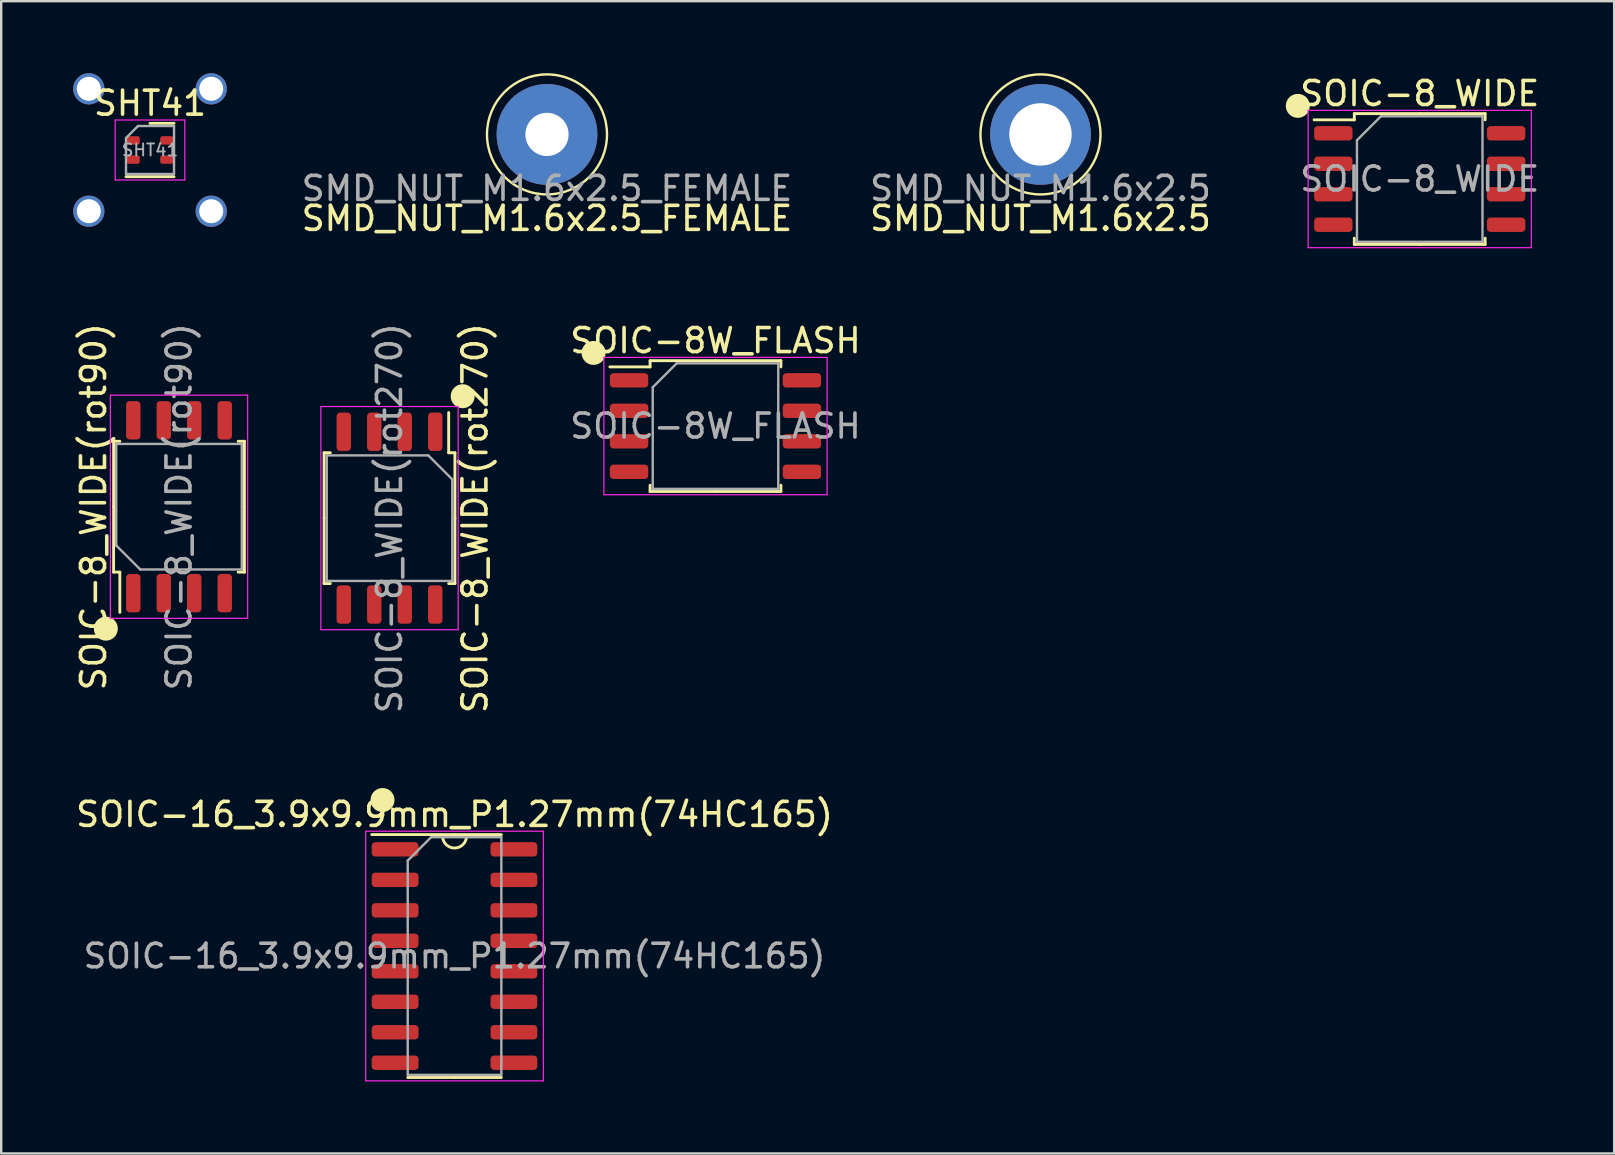
<source format=kicad_pcb>
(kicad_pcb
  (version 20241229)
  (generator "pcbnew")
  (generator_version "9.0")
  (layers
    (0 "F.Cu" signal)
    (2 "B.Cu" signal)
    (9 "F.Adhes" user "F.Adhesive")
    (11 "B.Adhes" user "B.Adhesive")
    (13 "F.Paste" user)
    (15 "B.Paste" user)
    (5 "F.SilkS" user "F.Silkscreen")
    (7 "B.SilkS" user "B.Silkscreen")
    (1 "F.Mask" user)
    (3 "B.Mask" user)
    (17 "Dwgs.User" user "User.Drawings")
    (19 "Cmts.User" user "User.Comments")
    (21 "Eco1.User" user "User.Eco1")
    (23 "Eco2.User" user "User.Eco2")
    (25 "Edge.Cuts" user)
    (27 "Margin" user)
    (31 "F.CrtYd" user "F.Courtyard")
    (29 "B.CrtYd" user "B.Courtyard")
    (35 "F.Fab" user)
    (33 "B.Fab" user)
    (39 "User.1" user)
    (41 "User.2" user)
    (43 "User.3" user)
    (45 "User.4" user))
  (footprint "SMD_NUT_M1.6x2.5_FEMALE"
    (layer "F.Cu")
    (at 19.739 2.55)
    (property "Reference" "SMD_NUT_M1.6x2.5_FEMALE" (at 0 3.5 0) (layer "F.SilkS") (effects (font (size 1 1) (thickness 0.15))))
    (attr through_hole)
    (fp_circle (center 0 0) (end 2.5 0) (stroke (width 0.1) (type default)) (fill no) (layer "F.SilkS"))
    (fp_text user "${REFERENCE}" (at 0 2.25 0) (layer "F.Fab") (effects (font (size 1 1) (thickness 0.15))))
    (pad "1" thru_hole circle (at 0 0 180) (size 4.2 4.2) (drill 1.8) (layers "*.Cu" "*.Mask")))
  (footprint "SMD_NUT_M1.6x2.5"
    (layer "F.Cu")
    (at 40.299 2.55)
    (property "Reference" "SMD_NUT_M1.6x2.5" (at 0 3.5 0) (layer "F.SilkS") (effects (font (size 1 1) (thickness 0.15))))
    (attr through_hole)
    (fp_circle (center 0 0) (end 2.5 0) (stroke (width 0.1) (type default)) (fill no) (layer "F.SilkS"))
    (fp_text user "${REFERENCE}" (at 0 2.25 0) (layer "F.Fab") (effects (font (size 1 1) (thickness 0.15))))
    (pad "1" thru_hole circle (at 0 0 180) (size 4.2 4.2) (drill 2.6) (layers "*.Cu" "*.Mask")))
  (footprint "SOIC-16_3.9x9.9mm_P1.27mm(74HC165)"
    (layer "F.Cu")
    (at 15.887 36.781)
    (property "Reference" "SOIC-16_3.9x9.9mm_P1.27mm(74HC165)" (at 0 -5.9 0) (layer "F.SilkS") (effects (font (size 1 1) (thickness 0.15))))
    (attr smd)
    (fp_line (start 0 -5.06) (end -3.45 -5.06) (stroke (width 0.12) (type solid)) (layer "F.SilkS"))
    (fp_line (start 0 -5.06) (end 1.95 -5.06) (stroke (width 0.12) (type solid)) (layer "F.SilkS"))
    (fp_line (start 0 5.06) (end -1.95 5.06) (stroke (width 0.12) (type solid)) (layer "F.SilkS"))
    (fp_line (start 0 5.06) (end 1.95 5.06) (stroke (width 0.12) (type solid)) (layer "F.SilkS"))
    (fp_arc (start 0.5 -5) (mid 0 -4.5) (end -0.5 -5) (stroke (width 0.12) (type solid)) (layer "F.SilkS"))
    (fp_circle (center -3 -6.5) (end -2.75 -6.5) (stroke (width 0.5) (type solid)) (fill no) (layer "F.SilkS"))
    (fp_line (start -3.7 -5.2) (end -3.7 5.2) (stroke (width 0.05) (type solid)) (layer "F.CrtYd"))
    (fp_line (start -3.7 5.2) (end 3.7 5.2) (stroke (width 0.05) (type solid)) (layer "F.CrtYd"))
    (fp_line (start 3.7 -5.2) (end -3.7 -5.2) (stroke (width 0.05) (type solid)) (layer "F.CrtYd"))
    (fp_line (start 3.7 5.2) (end 3.7 -5.2) (stroke (width 0.05) (type solid)) (layer "F.CrtYd"))
    (fp_line (start -1.95 -3.975) (end -0.975 -4.95) (stroke (width 0.1) (type solid)) (layer "F.Fab"))
    (fp_line (start -1.95 4.95) (end -1.95 -3.975) (stroke (width 0.1) (type solid)) (layer "F.Fab"))
    (fp_line (start -0.975 -4.95) (end 1.95 -4.95) (stroke (width 0.1) (type solid)) (layer "F.Fab"))
    (fp_line (start 1.95 -4.95) (end 1.95 4.95) (stroke (width 0.1) (type solid)) (layer "F.Fab"))
    (fp_line (start 1.95 4.95) (end -1.95 4.95) (stroke (width 0.1) (type solid)) (layer "F.Fab"))
    (fp_text user "${REFERENCE}" (at 0 0 0) (layer "F.Fab") (effects (font (size 0.98 0.98) (thickness 0.15))))
    (pad "1" smd roundrect (at -2.475 -4.445) (size 1.95 0.6) (layers "F.Cu" "F.Mask" "F.Paste") (roundrect_rratio 0.25))
    (pad "2" smd roundrect (at -2.475 -3.175) (size 1.95 0.6) (layers "F.Cu" "F.Mask" "F.Paste") (roundrect_rratio 0.25))
    (pad "3" smd roundrect (at -2.475 -1.905) (size 1.95 0.6) (layers "F.Cu" "F.Mask" "F.Paste") (roundrect_rratio 0.25))
    (pad "4" smd roundrect (at -2.475 -0.635) (size 1.95 0.6) (layers "F.Cu" "F.Mask" "F.Paste") (roundrect_rratio 0.25))
    (pad "5" smd roundrect (at -2.475 0.635) (size 1.95 0.6) (layers "F.Cu" "F.Mask" "F.Paste") (roundrect_rratio 0.25))
    (pad "6" smd roundrect (at -2.475 1.905) (size 1.95 0.6) (layers "F.Cu" "F.Mask" "F.Paste") (roundrect_rratio 0.25))
    (pad "7" smd roundrect (at -2.475 3.175) (size 1.95 0.6) (layers "F.Cu" "F.Mask" "F.Paste") (roundrect_rratio 0.25))
    (pad "8" smd roundrect (at -2.475 4.445) (size 1.95 0.6) (layers "F.Cu" "F.Mask" "F.Paste") (roundrect_rratio 0.25))
    (pad "9" smd roundrect (at 2.475 4.445) (size 1.95 0.6) (layers "F.Cu" "F.Mask" "F.Paste") (roundrect_rratio 0.25))
    (pad "10" smd roundrect (at 2.475 3.175) (size 1.95 0.6) (layers "F.Cu" "F.Mask" "F.Paste") (roundrect_rratio 0.25))
    (pad "11" smd roundrect (at 2.475 1.905) (size 1.95 0.6) (layers "F.Cu" "F.Mask" "F.Paste") (roundrect_rratio 0.25))
    (pad "12" smd roundrect (at 2.475 0.635) (size 1.95 0.6) (layers "F.Cu" "F.Mask" "F.Paste") (roundrect_rratio 0.25))
    (pad "13" smd roundrect (at 2.475 -0.635) (size 1.95 0.6) (layers "F.Cu" "F.Mask" "F.Paste") (roundrect_rratio 0.25))
    (pad "14" smd roundrect (at 2.475 -1.905) (size 1.95 0.6) (layers "F.Cu" "F.Mask" "F.Paste") (roundrect_rratio 0.25))
    (pad "15" smd roundrect (at 2.475 -3.175) (size 1.95 0.6) (layers "F.Cu" "F.Mask" "F.Paste") (roundrect_rratio 0.25))
    (pad "16" smd roundrect (at 2.475 -4.445) (size 1.95 0.6) (layers "F.Cu" "F.Mask" "F.Paste") (roundrect_rratio 0.25)))
  (footprint "SOIC-8_WIDE(rot90)"
    (layer "F.Cu")
    (at 4.408 18.061)
    (property "Reference" "SOIC-8_WIDE(rot90)" (at -3.56 0 90) (layer "F.SilkS") (effects (font (size 1 1) (thickness 0.15))))
    (attr smd)
    (fp_line (start -2.725 -2.725) (end -2.465 -2.725) (stroke (width 0.12) (type solid)) (layer "F.SilkS"))
    (fp_line (start -2.725 0) (end -2.725 -2.725) (stroke (width 0.12) (type solid)) (layer "F.SilkS"))
    (fp_line (start -2.725 0) (end -2.725 2.725) (stroke (width 0.12) (type solid)) (layer "F.SilkS"))
    (fp_line (start -2.725 2.725) (end -2.465 2.725) (stroke (width 0.12) (type solid)) (layer "F.SilkS"))
    (fp_line (start -2.465 2.725) (end -2.465 4.4) (stroke (width 0.12) (type solid)) (layer "F.SilkS"))
    (fp_line (start 2.725 -2.725) (end 2.465 -2.725) (stroke (width 0.12) (type solid)) (layer "F.SilkS"))
    (fp_line (start 2.725 0) (end 2.725 -2.725) (stroke (width 0.12) (type solid)) (layer "F.SilkS"))
    (fp_line (start 2.725 0) (end 2.725 2.725) (stroke (width 0.12) (type solid)) (layer "F.SilkS"))
    (fp_line (start 2.725 2.725) (end 2.465 2.725) (stroke (width 0.12) (type solid)) (layer "F.SilkS"))
    (fp_circle (center -3.048 5.08) (end -3.048 4.83) (stroke (width 0.5) (type solid)) (fill no) (layer "F.SilkS"))
    (fp_line (start -2.86 -4.65) (end -2.86 4.65) (stroke (width 0.05) (type solid)) (layer "F.CrtYd"))
    (fp_line (start -2.86 4.65) (end 2.86 4.65) (stroke (width 0.05) (type solid)) (layer "F.CrtYd"))
    (fp_line (start 2.86 -4.65) (end -2.86 -4.65) (stroke (width 0.05) (type solid)) (layer "F.CrtYd"))
    (fp_line (start 2.86 4.65) (end 2.86 -4.65) (stroke (width 0.05) (type solid)) (layer "F.CrtYd"))
    (fp_line (start -2.615 -2.615) (end 2.615 -2.615) (stroke (width 0.1) (type solid)) (layer "F.Fab"))
    (fp_line (start -2.615 1.615) (end -2.615 -2.615) (stroke (width 0.1) (type solid)) (layer "F.Fab"))
    (fp_line (start -1.615 2.615) (end -2.615 1.615) (stroke (width 0.1) (type solid)) (layer "F.Fab"))
    (fp_line (start 2.615 -2.615) (end 2.615 2.615) (stroke (width 0.1) (type solid)) (layer "F.Fab"))
    (fp_line (start 2.615 2.615) (end -1.615 2.615) (stroke (width 0.1) (type solid)) (layer "F.Fab"))
    (fp_text user "${REFERENCE}" (at 0 0 90) (layer "F.Fab") (effects (font (size 1 1) (thickness 0.15))))
    (pad "1" smd roundrect (at -1.905 3.6 90) (size 1.6 0.6) (layers "F.Cu" "F.Mask" "F.Paste") (roundrect_rratio 0.25))
    (pad "2" smd roundrect (at -0.635 3.6 90) (size 1.6 0.6) (layers "F.Cu" "F.Mask" "F.Paste") (roundrect_rratio 0.25))
    (pad "3" smd roundrect (at 0.635 3.6 90) (size 1.6 0.6) (layers "F.Cu" "F.Mask" "F.Paste") (roundrect_rratio 0.25))
    (pad "4" smd roundrect (at 1.905 3.6 90) (size 1.6 0.6) (layers "F.Cu" "F.Mask" "F.Paste") (roundrect_rratio 0.25))
    (pad "5" smd roundrect (at 1.905 -3.6 90) (size 1.6 0.6) (layers "F.Cu" "F.Mask" "F.Paste") (roundrect_rratio 0.25))
    (pad "6" smd roundrect (at 0.635 -3.6 90) (size 1.6 0.6) (layers "F.Cu" "F.Mask" "F.Paste") (roundrect_rratio 0.25))
    (pad "7" smd roundrect (at -0.635 -3.6 90) (size 1.6 0.6) (layers "F.Cu" "F.Mask" "F.Paste") (roundrect_rratio 0.25))
    (pad "8" smd roundrect (at -1.905 -3.6 90) (size 1.6 0.6) (layers "F.Cu" "F.Mask" "F.Paste") (roundrect_rratio 0.25)))
  (footprint "SOIC-8W_FLASH"
    (layer "F.Cu")
    (at 26.759 14.701)
    (property "Reference" "SOIC-8W_FLASH" (at 0 -3.56 0) (layer "F.SilkS") (effects (font (size 1 1) (thickness 0.15))))
    (attr smd)
    (fp_line (start -2.725 -2.725) (end -2.725 -2.465) (stroke (width 0.12) (type solid)) (layer "F.SilkS"))
    (fp_line (start -2.725 -2.465) (end -4.4 -2.465) (stroke (width 0.12) (type solid)) (layer "F.SilkS"))
    (fp_line (start -2.725 2.725) (end -2.725 2.465) (stroke (width 0.12) (type solid)) (layer "F.SilkS"))
    (fp_line (start 0 -2.725) (end -2.725 -2.725) (stroke (width 0.12) (type solid)) (layer "F.SilkS"))
    (fp_line (start 0 -2.725) (end 2.725 -2.725) (stroke (width 0.12) (type solid)) (layer "F.SilkS"))
    (fp_line (start 0 2.725) (end -2.725 2.725) (stroke (width 0.12) (type solid)) (layer "F.SilkS"))
    (fp_line (start 0 2.725) (end 2.725 2.725) (stroke (width 0.12) (type solid)) (layer "F.SilkS"))
    (fp_line (start 2.725 -2.725) (end 2.725 -2.465) (stroke (width 0.12) (type solid)) (layer "F.SilkS"))
    (fp_line (start 2.725 2.725) (end 2.725 2.465) (stroke (width 0.12) (type solid)) (layer "F.SilkS"))
    (fp_circle (center -5.08 -3.048) (end -4.83 -3.048) (stroke (width 0.5) (type solid)) (fill no) (layer "F.SilkS"))
    (fp_line (start -4.65 -2.86) (end -4.65 2.86) (stroke (width 0.05) (type solid)) (layer "F.CrtYd"))
    (fp_line (start -4.65 2.86) (end 4.65 2.86) (stroke (width 0.05) (type solid)) (layer "F.CrtYd"))
    (fp_line (start 4.65 -2.86) (end -4.65 -2.86) (stroke (width 0.05) (type solid)) (layer "F.CrtYd"))
    (fp_line (start 4.65 2.86) (end 4.65 -2.86) (stroke (width 0.05) (type solid)) (layer "F.CrtYd"))
    (fp_line (start -2.615 -1.615) (end -1.615 -2.615) (stroke (width 0.1) (type solid)) (layer "F.Fab"))
    (fp_line (start -2.615 2.615) (end -2.615 -1.615) (stroke (width 0.1) (type solid)) (layer "F.Fab"))
    (fp_line (start -1.615 -2.615) (end 2.615 -2.615) (stroke (width 0.1) (type solid)) (layer "F.Fab"))
    (fp_line (start 2.615 -2.615) (end 2.615 2.615) (stroke (width 0.1) (type solid)) (layer "F.Fab"))
    (fp_line (start 2.615 2.615) (end -2.615 2.615) (stroke (width 0.1) (type solid)) (layer "F.Fab"))
    (fp_text user "${REFERENCE}" (at 0 0 0) (layer "F.Fab") (effects (font (size 1 1) (thickness 0.15))))
    (pad "1" smd roundrect (at -3.6 -1.905) (size 1.6 0.6) (layers "F.Cu" "F.Mask" "F.Paste") (roundrect_rratio 0.25))
    (pad "2" smd roundrect (at -3.6 -0.635) (size 1.6 0.6) (layers "F.Cu" "F.Mask" "F.Paste") (roundrect_rratio 0.25))
    (pad "3" smd roundrect (at -3.6 0.635) (size 1.6 0.6) (layers "F.Cu" "F.Mask" "F.Paste") (roundrect_rratio 0.25))
    (pad "4" smd roundrect (at -3.6 1.905) (size 1.6 0.6) (layers "F.Cu" "F.Mask" "F.Paste") (roundrect_rratio 0.25))
    (pad "5" smd roundrect (at 3.6 1.905) (size 1.6 0.6) (layers "F.Cu" "F.Mask" "F.Paste") (roundrect_rratio 0.25))
    (pad "6" smd roundrect (at 3.6 0.635) (size 1.6 0.6) (layers "F.Cu" "F.Mask" "F.Paste") (roundrect_rratio 0.25))
    (pad "7" smd roundrect (at 3.6 -0.635) (size 1.6 0.6) (layers "F.Cu" "F.Mask" "F.Paste") (roundrect_rratio 0.25))
    (pad "8" smd roundrect (at 3.6 -1.905) (size 1.6 0.6) (layers "F.Cu" "F.Mask" "F.Paste") (roundrect_rratio 0.25)))
  (footprint "SOIC-8_WIDE(rot270)"
    (layer "F.Cu")
    (at 13.178 18.537)
    (property "Reference" "SOIC-8_WIDE(rot270)" (at 3.56 0 270) (layer "F.SilkS") (effects (font (size 1 1) (thickness 0.15))))
    (attr smd)
    (fp_line (start -2.725 -2.725) (end -2.465 -2.725) (stroke (width 0.12) (type solid)) (layer "F.SilkS"))
    (fp_line (start -2.725 0) (end -2.725 -2.725) (stroke (width 0.12) (type solid)) (layer "F.SilkS"))
    (fp_line (start -2.725 0) (end -2.725 2.725) (stroke (width 0.12) (type solid)) (layer "F.SilkS"))
    (fp_line (start -2.725 2.725) (end -2.465 2.725) (stroke (width 0.12) (type solid)) (layer "F.SilkS"))
    (fp_line (start 2.465 -2.725) (end 2.465 -4.4) (stroke (width 0.12) (type solid)) (layer "F.SilkS"))
    (fp_line (start 2.725 -2.725) (end 2.465 -2.725) (stroke (width 0.12) (type solid)) (layer "F.SilkS"))
    (fp_line (start 2.725 0) (end 2.725 -2.725) (stroke (width 0.12) (type solid)) (layer "F.SilkS"))
    (fp_line (start 2.725 0) (end 2.725 2.725) (stroke (width 0.12) (type solid)) (layer "F.SilkS"))
    (fp_line (start 2.725 2.725) (end 2.465 2.725) (stroke (width 0.12) (type solid)) (layer "F.SilkS"))
    (fp_circle (center 3.048 -5.08) (end 3.048 -4.83) (stroke (width 0.5) (type solid)) (fill no) (layer "F.SilkS"))
    (fp_line (start -2.86 -4.65) (end -2.86 4.65) (stroke (width 0.05) (type solid)) (layer "F.CrtYd"))
    (fp_line (start -2.86 4.65) (end 2.86 4.65) (stroke (width 0.05) (type solid)) (layer "F.CrtYd"))
    (fp_line (start 2.86 -4.65) (end -2.86 -4.65) (stroke (width 0.05) (type solid)) (layer "F.CrtYd"))
    (fp_line (start 2.86 4.65) (end 2.86 -4.65) (stroke (width 0.05) (type solid)) (layer "F.CrtYd"))
    (fp_line (start -2.615 -2.615) (end 1.615 -2.615) (stroke (width 0.1) (type solid)) (layer "F.Fab"))
    (fp_line (start -2.615 2.615) (end -2.615 -2.615) (stroke (width 0.1) (type solid)) (layer "F.Fab"))
    (fp_line (start 1.615 -2.615) (end 2.615 -1.615) (stroke (width 0.1) (type solid)) (layer "F.Fab"))
    (fp_line (start 2.615 -1.615) (end 2.615 2.615) (stroke (width 0.1) (type solid)) (layer "F.Fab"))
    (fp_line (start 2.615 2.615) (end -2.615 2.615) (stroke (width 0.1) (type solid)) (layer "F.Fab"))
    (fp_text user "${REFERENCE}" (at 0 0 270) (layer "F.Fab") (effects (font (size 1 1) (thickness 0.15))))
    (pad "1" smd roundrect (at 1.905 -3.6 270) (size 1.6 0.6) (layers "F.Cu" "F.Mask" "F.Paste") (roundrect_rratio 0.25))
    (pad "2" smd roundrect (at 0.635 -3.6 270) (size 1.6 0.6) (layers "F.Cu" "F.Mask" "F.Paste") (roundrect_rratio 0.25))
    (pad "3" smd roundrect (at -0.635 -3.6 270) (size 1.6 0.6) (layers "F.Cu" "F.Mask" "F.Paste") (roundrect_rratio 0.25))
    (pad "4" smd roundrect (at -1.905 -3.6 270) (size 1.6 0.6) (layers "F.Cu" "F.Mask" "F.Paste") (roundrect_rratio 0.25))
    (pad "5" smd roundrect (at -1.905 3.6 270) (size 1.6 0.6) (layers "F.Cu" "F.Mask" "F.Paste") (roundrect_rratio 0.25))
    (pad "6" smd roundrect (at -0.635 3.6 270) (size 1.6 0.6) (layers "F.Cu" "F.Mask" "F.Paste") (roundrect_rratio 0.25))
    (pad "7" smd roundrect (at 0.635 3.6 270) (size 1.6 0.6) (layers "F.Cu" "F.Mask" "F.Paste") (roundrect_rratio 0.25))
    (pad "8" smd roundrect (at 1.905 3.6 270) (size 1.6 0.6) (layers "F.Cu" "F.Mask" "F.Paste") (roundrect_rratio 0.25)))
  (footprint "SOIC-8_WIDE"
    (layer "F.Cu")
    (at 56.099 4.408)
    (property "Reference" "SOIC-8_WIDE" (at 0 -3.56 0) (layer "F.SilkS") (effects (font (size 1 1) (thickness 0.15))))
    (attr smd)
    (fp_line (start -2.725 -2.725) (end -2.725 -2.465) (stroke (width 0.12) (type solid)) (layer "F.SilkS"))
    (fp_line (start -2.725 -2.465) (end -4.4 -2.465) (stroke (width 0.12) (type solid)) (layer "F.SilkS"))
    (fp_line (start -2.725 2.725) (end -2.725 2.465) (stroke (width 0.12) (type solid)) (layer "F.SilkS"))
    (fp_line (start 0 -2.725) (end -2.725 -2.725) (stroke (width 0.12) (type solid)) (layer "F.SilkS"))
    (fp_line (start 0 -2.725) (end 2.725 -2.725) (stroke (width 0.12) (type solid)) (layer "F.SilkS"))
    (fp_line (start 0 2.725) (end -2.725 2.725) (stroke (width 0.12) (type solid)) (layer "F.SilkS"))
    (fp_line (start 0 2.725) (end 2.725 2.725) (stroke (width 0.12) (type solid)) (layer "F.SilkS"))
    (fp_line (start 2.725 -2.725) (end 2.725 -2.465) (stroke (width 0.12) (type solid)) (layer "F.SilkS"))
    (fp_line (start 2.725 2.725) (end 2.725 2.465) (stroke (width 0.12) (type solid)) (layer "F.SilkS"))
    (fp_circle (center -5.08 -3.048) (end -4.83 -3.048) (stroke (width 0.5) (type solid)) (fill no) (layer "F.SilkS"))
    (fp_line (start -4.65 -2.86) (end -4.65 2.86) (stroke (width 0.05) (type solid)) (layer "F.CrtYd"))
    (fp_line (start -4.65 2.86) (end 4.65 2.86) (stroke (width 0.05) (type solid)) (layer "F.CrtYd"))
    (fp_line (start 4.65 -2.86) (end -4.65 -2.86) (stroke (width 0.05) (type solid)) (layer "F.CrtYd"))
    (fp_line (start 4.65 2.86) (end 4.65 -2.86) (stroke (width 0.05) (type solid)) (layer "F.CrtYd"))
    (fp_line (start -2.615 -1.615) (end -1.615 -2.615) (stroke (width 0.1) (type solid)) (layer "F.Fab"))
    (fp_line (start -2.615 2.615) (end -2.615 -1.615) (stroke (width 0.1) (type solid)) (layer "F.Fab"))
    (fp_line (start -1.615 -2.615) (end 2.615 -2.615) (stroke (width 0.1) (type solid)) (layer "F.Fab"))
    (fp_line (start 2.615 -2.615) (end 2.615 2.615) (stroke (width 0.1) (type solid)) (layer "F.Fab"))
    (fp_line (start 2.615 2.615) (end -2.615 2.615) (stroke (width 0.1) (type solid)) (layer "F.Fab"))
    (fp_text user "${REFERENCE}" (at 0 0 0) (layer "F.Fab") (effects (font (size 1 1) (thickness 0.15))))
    (pad "1" smd roundrect (at -3.6 -1.905) (size 1.6 0.6) (layers "F.Cu" "F.Mask" "F.Paste") (roundrect_rratio 0.25))
    (pad "2" smd roundrect (at -3.6 -0.635) (size 1.6 0.6) (layers "F.Cu" "F.Mask" "F.Paste") (roundrect_rratio 0.25))
    (pad "3" smd roundrect (at -3.6 0.635) (size 1.6 0.6) (layers "F.Cu" "F.Mask" "F.Paste") (roundrect_rratio 0.25))
    (pad "4" smd roundrect (at -3.6 1.905) (size 1.6 0.6) (layers "F.Cu" "F.Mask" "F.Paste") (roundrect_rratio 0.25))
    (pad "5" smd roundrect (at 3.6 1.905) (size 1.6 0.6) (layers "F.Cu" "F.Mask" "F.Paste") (roundrect_rratio 0.25))
    (pad "6" smd roundrect (at 3.6 0.635) (size 1.6 0.6) (layers "F.Cu" "F.Mask" "F.Paste") (roundrect_rratio 0.25))
    (pad "7" smd roundrect (at 3.6 -0.635) (size 1.6 0.6) (layers "F.Cu" "F.Mask" "F.Paste") (roundrect_rratio 0.25))
    (pad "8" smd roundrect (at 3.6 -1.905) (size 1.6 0.6) (layers "F.Cu" "F.Mask" "F.Paste") (roundrect_rratio 0.25)))
  (footprint "SHT41"
    (layer "F.Cu")
    (at 3.2 3.2)
    (property "Reference" "SHT41" (at 0 -1.95 0) (layer "F.SilkS") (effects (font (size 1 1) (thickness 0.15))))
    (attr smd)
    (fp_line (start -1 1.11) (end 1 1.11) (stroke (width 0.12) (type solid)) (layer "F.SilkS"))
    (fp_line (start 0 -1.11) (end 1 -1.11) (stroke (width 0.12) (type solid)) (layer "F.SilkS"))
    (fp_line (start -1.45 -1.25) (end -1.45 1.25) (stroke (width 0.05) (type solid)) (layer "F.CrtYd"))
    (fp_line (start -1.45 1.25) (end 1.45 1.25) (stroke (width 0.05) (type solid)) (layer "F.CrtYd"))
    (fp_line (start 1.45 -1.25) (end -1.45 -1.25) (stroke (width 0.05) (type solid)) (layer "F.CrtYd"))
    (fp_line (start 1.45 1.25) (end 1.45 -1.25) (stroke (width 0.05) (type solid)) (layer "F.CrtYd"))
    (fp_line (start -1 -0.5) (end -0.5 -1) (stroke (width 0.1) (type solid)) (layer "F.Fab"))
    (fp_line (start -1 1) (end -1 -0.5) (stroke (width 0.1) (type solid)) (layer "F.Fab"))
    (fp_line (start -0.5 -1) (end 1 -1) (stroke (width 0.1) (type solid)) (layer "F.Fab"))
    (fp_line (start 1 -1) (end 1 1) (stroke (width 0.1) (type solid)) (layer "F.Fab"))
    (fp_line (start 1 1) (end -1 1) (stroke (width 0.1) (type solid)) (layer "F.Fab"))
    (fp_text user "${REFERENCE}" (at 0 0 0) (layer "F.Fab") (effects (font (size 0.5 0.5) (thickness 0.08))))
    (pad "1" smd roundrect (at -0.7 -0.4) (size 0.55 0.35) (layers "F.Cu" "F.Mask") (roundrect_rratio 0.25))
    (pad "2" smd roundrect (at -0.7 0.4) (size 0.55 0.35) (layers "F.Cu" "F.Mask") (roundrect_rratio 0.25))
    (pad "3" smd roundrect (at 0.7 0.4) (size 0.55 0.35) (layers "F.Cu" "F.Mask") (roundrect_rratio 0.25))
    (pad "4" smd roundrect (at 0.7 -0.4) (size 0.55 0.35) (layers "F.Cu" "F.Mask") (roundrect_rratio 0.25))
    (pad "6" thru_hole circle (at -2.55 -2.55) (size 1.3 1.3) (drill 1) (layers "*.Cu" "*.Mask"))
    (pad "6" thru_hole circle (at -2.55 2.55) (size 1.3 1.3) (drill 1) (layers "*.Cu" "*.Mask"))
    (pad "6" thru_hole circle (at 2.55 -2.55) (size 1.3 1.3) (drill 1) (layers "*.Cu" "*.Mask"))
    (pad "6" thru_hole circle (at 2.55 2.55) (size 1.3 1.3) (drill 1) (layers "*.Cu" "*.Mask")))
  (gr_rect
    (start -3 -3)
    (end 64.2 45.006)
    (stroke (width 0.1) (type default))
    (fill no)
    (layer "Edge.Cuts")))
</source>
